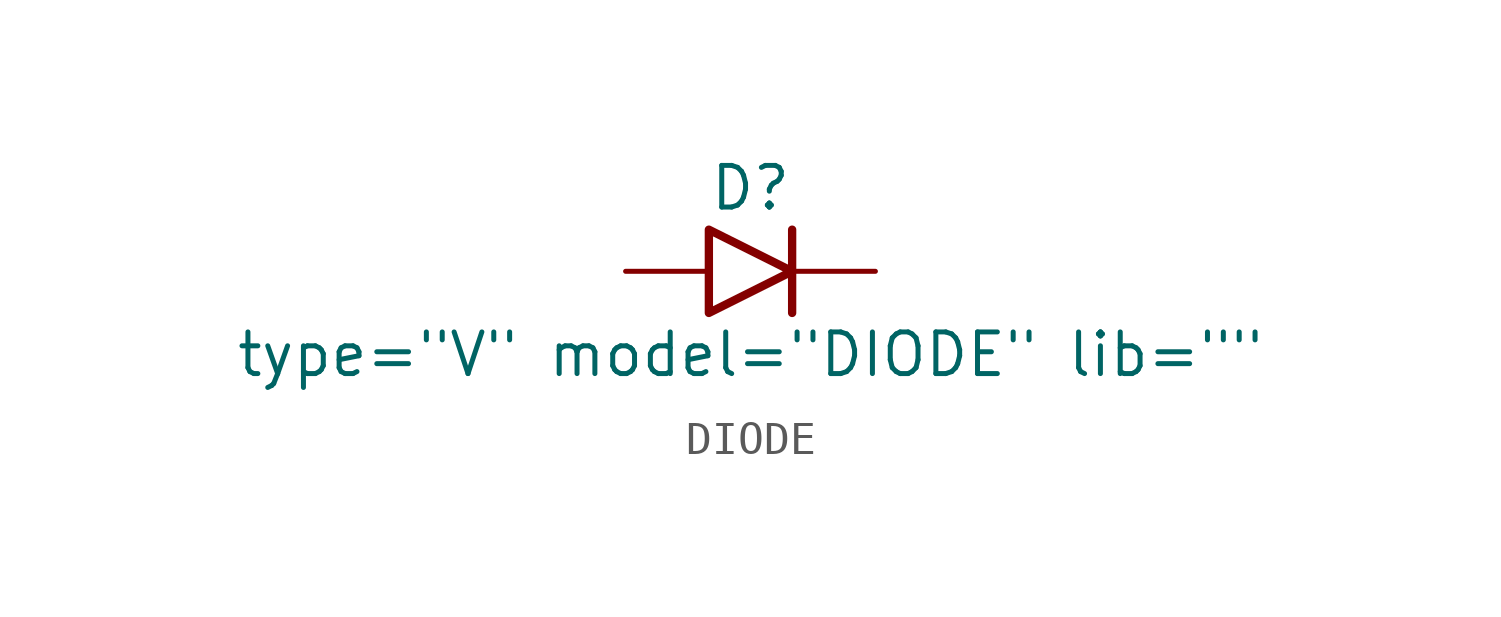
<source format=kicad_sym>
(kicad_symbol_lib
  (version 20231120)
  (generator "kicad_symbol_editor")
  (generator_version "8.0")
  (symbol "DIODE"
    (pin_numbers hide)
    (pin_names
      (offset 0) hide)
    (property "Reference" "D"
      (at 0 2.54 0)
      (effects (font (size 1.27 1.27))))
    (property "Value" "${SIM.PARAMS}"
      (at 0 -2.54 0)
      (effects (font (size 1.27 1.27))))
    (property "Sim.Params" "type=\"V\" model=\"DIODE\" lib=\"\""
      (at 0 0 0)
      (effects (font (size 1.27 1.27)) (hide yes)))
    (symbol "DIODE_0_1"
      (polyline (pts (xy 1.27 1.27) (xy 1.27 -1.27)) (stroke (width 0.254) (type solid)) (fill (type none)))
      (polyline (pts (xy -1.27 -1.27) (xy -1.27 1.27) (xy 1.27 0) (xy -1.27 -1.27)) (stroke (width 0.254) (type solid)) (fill (type none))))
    (symbol "DIODE_1_1"
      (pin passive line (at -3.81 0 0) (length 2.54) (name "A" (effects (font (size 1.27 1.27)))) (number "1" (effects (font (size 1.27 1.27)))))
      (pin passive line (at 3.81 0 180) (length 2.54) (name "K" (effects (font (size 1.27 1.27)))) (number "2" (effects (font (size 1.27 1.27))))))))
</source>
